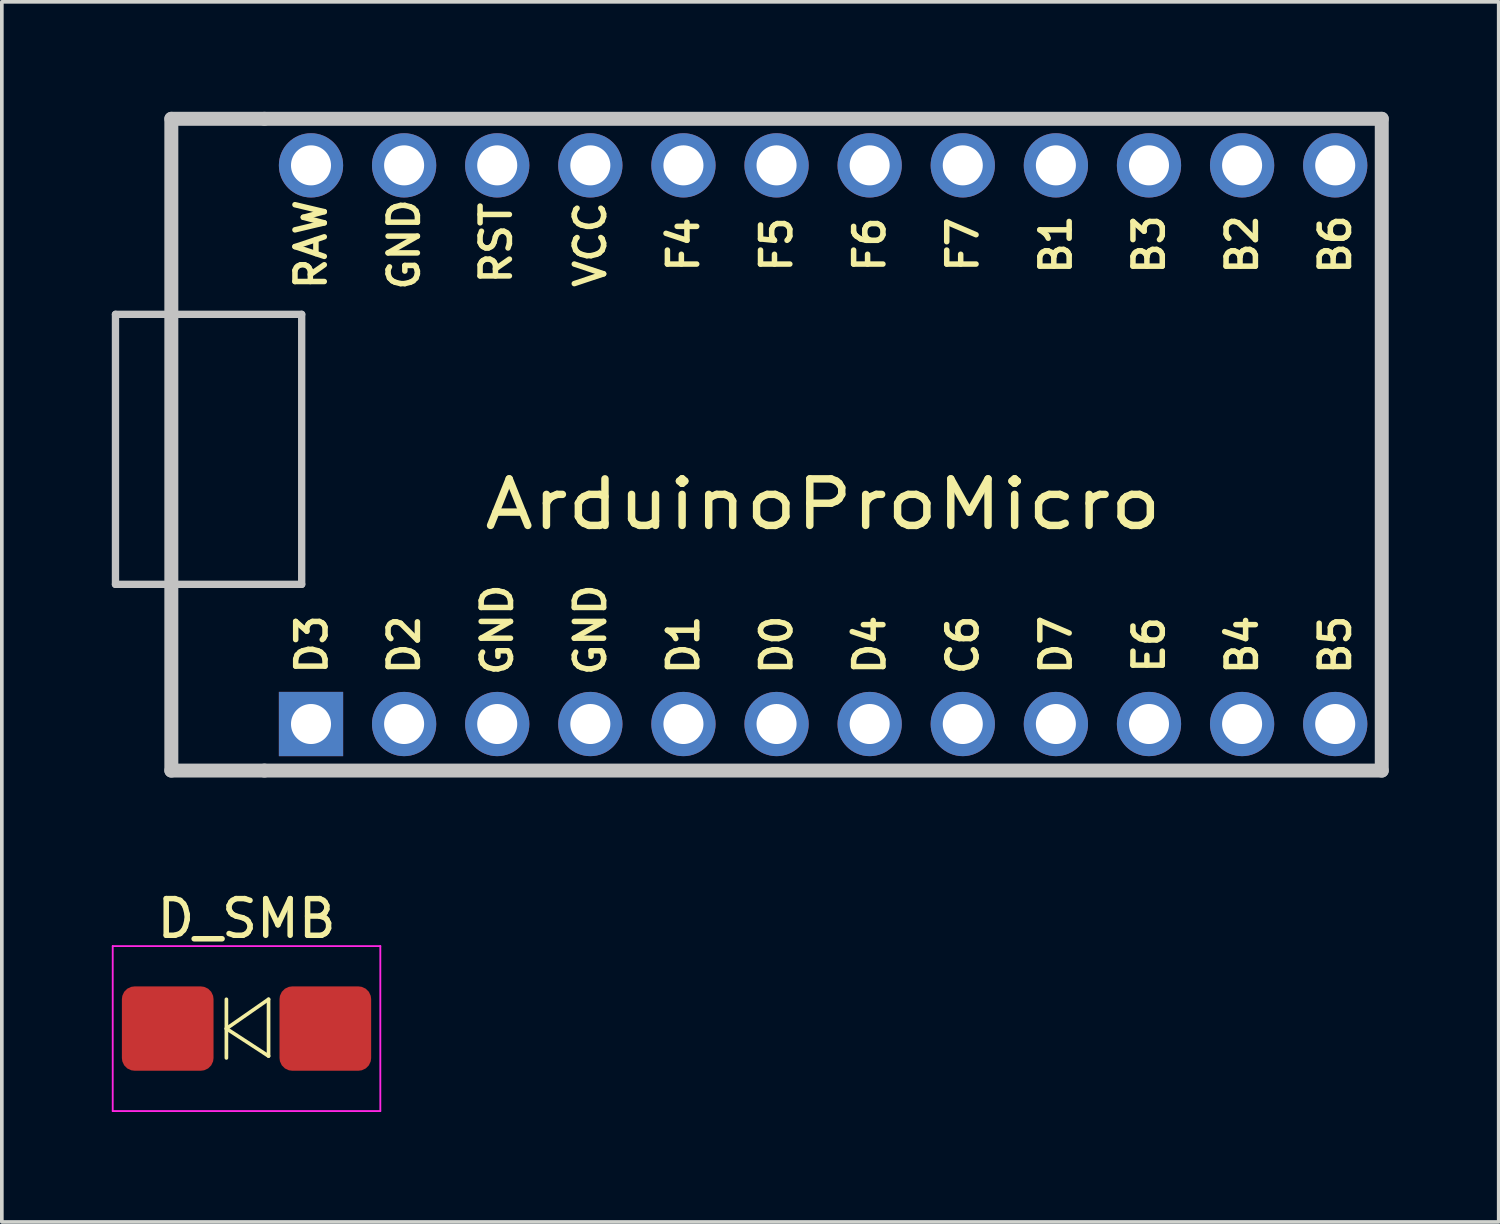
<source format=kicad_pcb>
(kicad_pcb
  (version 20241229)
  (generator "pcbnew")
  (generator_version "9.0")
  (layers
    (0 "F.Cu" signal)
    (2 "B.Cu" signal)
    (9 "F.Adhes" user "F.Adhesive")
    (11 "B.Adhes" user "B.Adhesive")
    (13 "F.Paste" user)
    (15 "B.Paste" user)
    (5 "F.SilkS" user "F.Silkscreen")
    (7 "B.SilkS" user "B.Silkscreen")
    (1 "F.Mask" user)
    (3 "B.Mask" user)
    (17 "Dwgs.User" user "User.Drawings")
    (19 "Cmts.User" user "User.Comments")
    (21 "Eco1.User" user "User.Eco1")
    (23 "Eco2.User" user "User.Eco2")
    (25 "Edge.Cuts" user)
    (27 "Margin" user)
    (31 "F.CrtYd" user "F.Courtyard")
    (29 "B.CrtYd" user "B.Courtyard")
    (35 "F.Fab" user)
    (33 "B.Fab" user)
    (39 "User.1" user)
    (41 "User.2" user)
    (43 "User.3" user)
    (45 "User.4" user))
  (footprint "D_SMB"
    (layer "F.Cu")
    (at 3.675 25.009)
    (property "Reference" "D_SMB" (at 0 -3 0) (layer "F.SilkS") (effects (font (size 1 1) (thickness 0.15))))
    (attr smd)
    (fp_line (start -0.549 -0.799) (end -0.549 0.801) (stroke (width 0.1) (type solid)) (layer "F.SilkS"))
    (fp_line (start -0.549 0.001) (end 0.601 -0.799) (stroke (width 0.1) (type solid)) (layer "F.SilkS"))
    (fp_line (start -0.549 0.001) (end 0.601 0.75) (stroke (width 0.1) (type solid)) (layer "F.SilkS"))
    (fp_line (start 0.601 0.75) (end 0.601 -0.799) (stroke (width 0.1) (type solid)) (layer "F.SilkS"))
    (fp_line (start -3.65 -2.25) (end 3.65 -2.25) (stroke (width 0.05) (type solid)) (layer "F.CrtYd"))
    (fp_line (start -3.65 2.25) (end -3.65 -2.25) (stroke (width 0.05) (type solid)) (layer "F.CrtYd"))
    (fp_line (start 3.65 -2.25) (end 3.65 2.25) (stroke (width 0.05) (type solid)) (layer "F.CrtYd"))
    (fp_line (start 3.65 2.25) (end -3.65 2.25) (stroke (width 0.05) (type solid)) (layer "F.CrtYd"))
    (pad "1" smd roundrect (at -2.15 0) (size 2.5 2.3) (layers "F.Cu" "F.Mask" "F.Paste") (roundrect_rratio 0.15))
    (pad "2" smd roundrect (at 2.15 0) (size 2.5 2.3) (layers "F.Cu" "F.Mask" "F.Paste") (roundrect_rratio 0.15)))
  (footprint "ArduinoProMicro"
    (layer "F.Cu")
    (at 19.404 9.081)
    (property "Reference" "ArduinoProMicro" (at 0 1.625 0) (layer "F.SilkS") (effects (font (size 1.27 1.524) (thickness 0.203))))
    (attr through_hole)
    (fp_line (start -19.304 -3.556) (end -14.224 -3.556) (stroke (width 0.2) (type solid)) (layer "Dwgs.User"))
    (fp_line (start -19.304 3.81) (end -19.304 -3.556) (stroke (width 0.2) (type solid)) (layer "Dwgs.User"))
    (fp_line (start -17.78 -8.89) (end -17.78 8.89) (stroke (width 0.381) (type solid)) (layer "Dwgs.User"))
    (fp_line (start -17.78 8.89) (end -15.24 8.89) (stroke (width 0.381) (type solid)) (layer "Dwgs.User"))
    (fp_line (start -15.24 -8.89) (end -17.78 -8.89) (stroke (width 0.381) (type solid)) (layer "Dwgs.User"))
    (fp_line (start -15.24 8.89) (end 15.24 8.89) (stroke (width 0.381) (type solid)) (layer "Dwgs.User"))
    (fp_line (start -14.224 -3.556) (end -14.224 3.81) (stroke (width 0.2) (type solid)) (layer "Dwgs.User"))
    (fp_line (start -14.224 3.81) (end -19.304 3.81) (stroke (width 0.2) (type solid)) (layer "Dwgs.User"))
    (fp_line (start 15.24 -8.89) (end -15.24 -8.89) (stroke (width 0.381) (type solid)) (layer "Dwgs.User"))
    (fp_line (start 15.24 8.89) (end 15.24 -8.89) (stroke (width 0.381) (type solid)) (layer "Dwgs.User"))
    (fp_text user "B1" (at 6.35 -5.461 90) (layer "F.SilkS") (effects (font (size 0.8 0.8) (thickness 0.15))))
    (fp_text user "D2" (at -11.43 5.461 90) (layer "F.SilkS") (effects (font (size 0.8 0.8) (thickness 0.15))))
    (fp_text user "B5" (at 13.97 5.461 90) (layer "F.SilkS") (effects (font (size 0.8 0.8) (thickness 0.15))))
    (fp_text user "GND" (at -6.35 5.05 90) (layer "F.SilkS") (effects (font (size 0.8 0.8) (thickness 0.15))))
    (fp_text user "D7" (at 6.35 5.461 90) (layer "F.SilkS") (effects (font (size 0.8 0.8) (thickness 0.15))))
    (fp_text user "F7" (at 3.81 -5.461 90) (layer "F.SilkS") (effects (font (size 0.8 0.8) (thickness 0.15))))
    (fp_text user "B3" (at 8.89 -5.461 90) (layer "F.SilkS") (effects (font (size 0.8 0.8) (thickness 0.15))))
    (fp_text user "C6" (at 3.81 5.461 90) (layer "F.SilkS") (effects (font (size 0.8 0.8) (thickness 0.15))))
    (fp_text user "D3" (at -13.95 5.45 90) (layer "F.SilkS") (effects (font (size 0.8 0.8) (thickness 0.15))))
    (fp_text user "D4" (at 1.27 5.461 90) (layer "F.SilkS") (effects (font (size 0.8 0.8) (thickness 0.15))))
    (fp_text user "E6" (at 8.89 5.461 90) (layer "F.SilkS") (effects (font (size 0.8 0.8) (thickness 0.15))))
    (fp_text user "F5" (at -1.27 -5.461 90) (layer "F.SilkS") (effects (font (size 0.8 0.8) (thickness 0.15))))
    (fp_text user "B6" (at 13.97 -5.461 90) (layer "F.SilkS") (effects (font (size 0.8 0.8) (thickness 0.15))))
    (fp_text user "D0" (at -1.27 5.461 90) (layer "F.SilkS") (effects (font (size 0.8 0.8) (thickness 0.15))))
    (fp_text user "GND" (at -8.89 5.05 90) (layer "F.SilkS") (effects (font (size 0.8 0.8) (thickness 0.15))))
    (fp_text user "B2" (at 11.43 -5.461 90) (layer "F.SilkS") (effects (font (size 0.8 0.8) (thickness 0.15))))
    (fp_text user "GND" (at -11.43 -5.461 90) (layer "F.SilkS") (effects (font (size 0.8 0.8) (thickness 0.15))))
    (fp_text user "F4" (at -3.81 -5.461 90) (layer "F.SilkS") (effects (font (size 0.8 0.8) (thickness 0.15))))
    (fp_text user "B4" (at 11.43 5.461 90) (layer "F.SilkS") (effects (font (size 0.8 0.8) (thickness 0.15))))
    (fp_text user "F6" (at 1.27 -5.461 90) (layer "F.SilkS") (effects (font (size 0.8 0.8) (thickness 0.15))))
    (fp_text user "RAW" (at -13.97 -5.461 90) (layer "F.SilkS") (effects (font (size 0.8 0.8) (thickness 0.15))))
    (fp_text user "RST" (at -8.92 -5.5 90) (layer "F.SilkS") (effects (font (size 0.8 0.8) (thickness 0.15))))
    (fp_text user "VCC" (at -6.35 -5.461 90) (layer "F.SilkS") (effects (font (size 0.8 0.8) (thickness 0.15))))
    (fp_text user "D1" (at -3.81 5.461 90) (layer "F.SilkS") (effects (font (size 0.8 0.8) (thickness 0.15))))
    (pad "1" thru_hole rect (at -13.97 7.62) (size 1.753 1.753) (drill 1.092) (layers "*.Cu" "*.Mask"))
    (pad "2" thru_hole circle (at -11.43 7.62) (size 1.753 1.753) (drill 1.092) (layers "*.Cu" "*.Mask"))
    (pad "3" thru_hole circle (at -8.89 7.62) (size 1.753 1.753) (drill 1.092) (layers "*.Cu" "*.Mask"))
    (pad "4" thru_hole circle (at -6.35 7.62) (size 1.753 1.753) (drill 1.092) (layers "*.Cu" "*.Mask"))
    (pad "5" thru_hole circle (at -3.81 7.62) (size 1.753 1.753) (drill 1.092) (layers "*.Cu" "*.Mask"))
    (pad "6" thru_hole circle (at -1.27 7.62) (size 1.753 1.753) (drill 1.092) (layers "*.Cu" "*.Mask"))
    (pad "7" thru_hole circle (at 1.27 7.62) (size 1.753 1.753) (drill 1.092) (layers "*.Cu" "*.Mask"))
    (pad "8" thru_hole circle (at 3.81 7.62) (size 1.753 1.753) (drill 1.092) (layers "*.Cu" "*.Mask"))
    (pad "9" thru_hole circle (at 6.35 7.62) (size 1.753 1.753) (drill 1.092) (layers "*.Cu" "*.Mask"))
    (pad "10" thru_hole circle (at 8.89 7.62) (size 1.753 1.753) (drill 1.092) (layers "*.Cu" "*.Mask"))
    (pad "11" thru_hole circle (at 11.43 7.62) (size 1.753 1.753) (drill 1.092) (layers "*.Cu" "*.Mask"))
    (pad "12" thru_hole circle (at 13.97 7.62) (size 1.753 1.753) (drill 1.092) (layers "*.Cu" "*.Mask"))
    (pad "13" thru_hole circle (at 13.97 -7.62) (size 1.753 1.753) (drill 1.092) (layers "*.Cu" "*.Mask"))
    (pad "14" thru_hole circle (at 11.43 -7.62) (size 1.753 1.753) (drill 1.092) (layers "*.Cu" "*.Mask"))
    (pad "15" thru_hole circle (at 8.89 -7.62) (size 1.753 1.753) (drill 1.092) (layers "*.Cu" "*.Mask"))
    (pad "16" thru_hole circle (at 6.35 -7.62) (size 1.753 1.753) (drill 1.092) (layers "*.Cu" "*.Mask"))
    (pad "17" thru_hole circle (at 3.81 -7.62) (size 1.753 1.753) (drill 1.092) (layers "*.Cu" "*.Mask"))
    (pad "18" thru_hole circle (at 1.27 -7.62) (size 1.753 1.753) (drill 1.092) (layers "*.Cu" "*.Mask"))
    (pad "19" thru_hole circle (at -1.27 -7.62) (size 1.753 1.753) (drill 1.092) (layers "*.Cu" "*.Mask"))
    (pad "20" thru_hole circle (at -3.81 -7.62) (size 1.753 1.753) (drill 1.092) (layers "*.Cu" "*.Mask"))
    (pad "21" thru_hole circle (at -6.35 -7.62) (size 1.753 1.753) (drill 1.092) (layers "*.Cu" "*.Mask"))
    (pad "22" thru_hole circle (at -8.89 -7.62) (size 1.753 1.753) (drill 1.092) (layers "*.Cu" "*.Mask"))
    (pad "23" thru_hole circle (at -11.43 -7.62) (size 1.753 1.753) (drill 1.092) (layers "*.Cu" "*.Mask"))
    (pad "24" thru_hole circle (at -13.97 -7.62) (size 1.753 1.753) (drill 1.092) (layers "*.Cu" "*.Mask")))
  (gr_rect
    (start -3 -3)
    (end 37.834 30.284)
    (stroke (width 0.1) (type default))
    (fill no)
    (layer "Edge.Cuts")))
</source>
